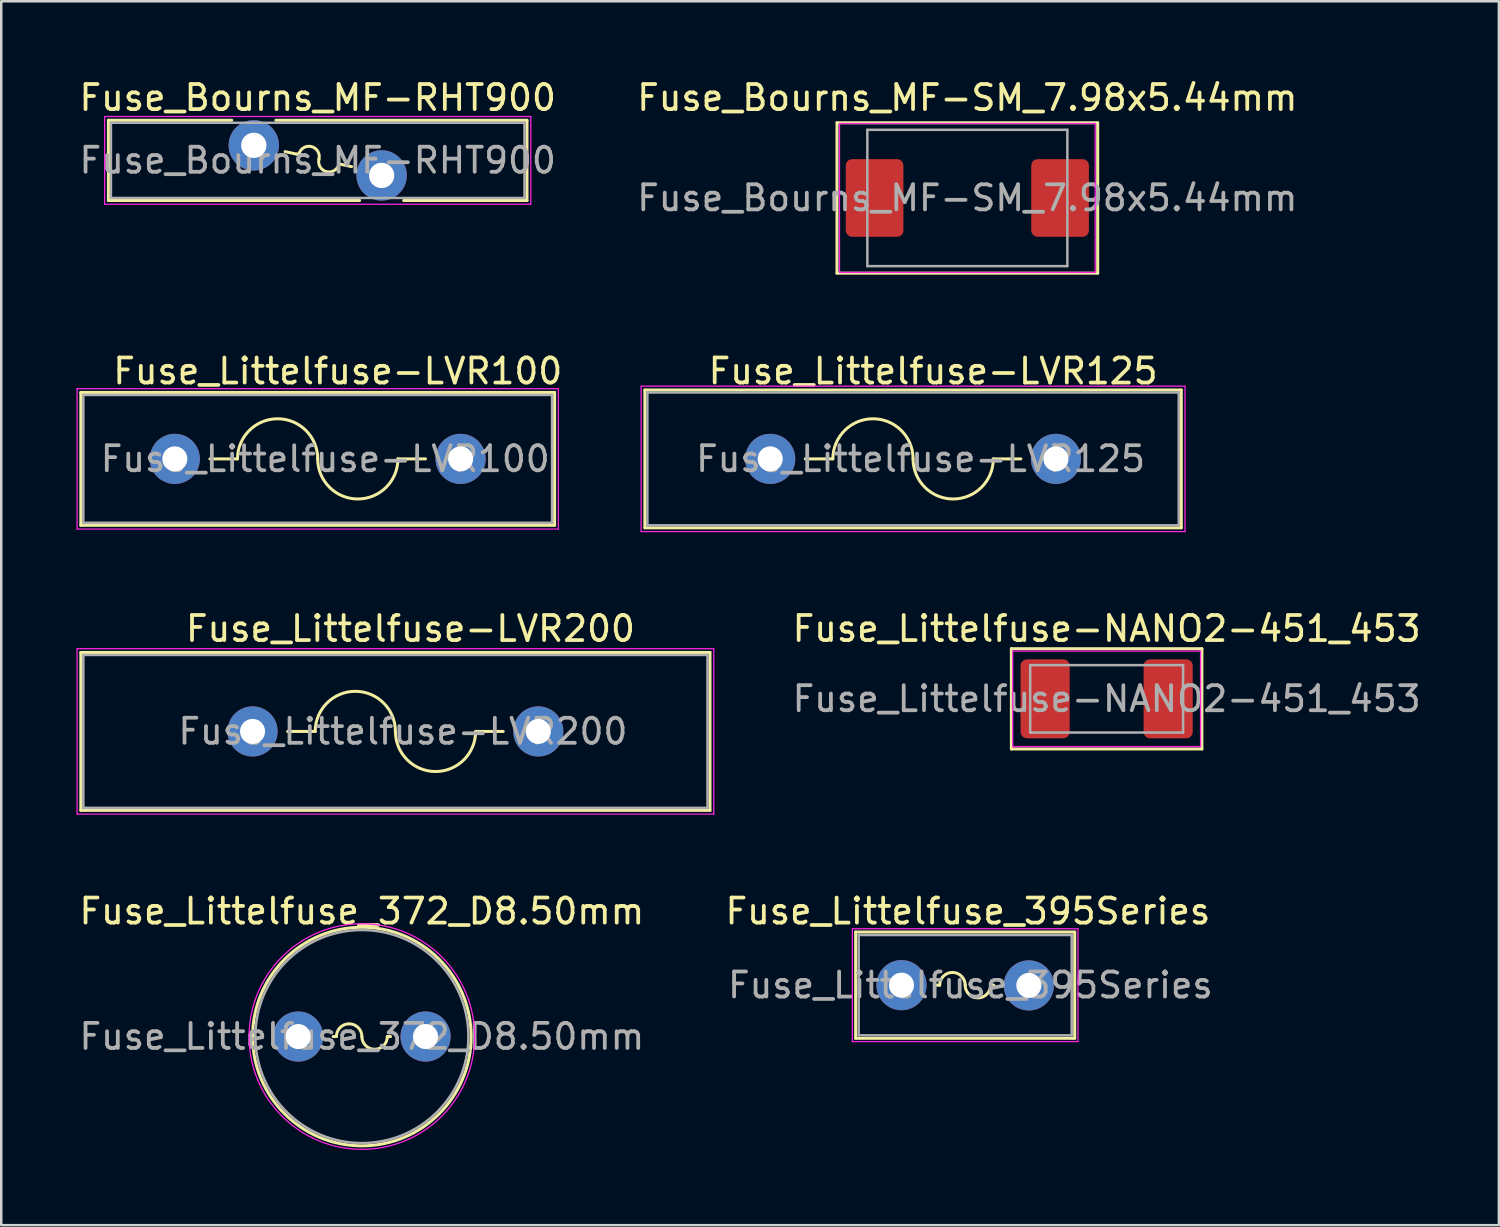
<source format=kicad_pcb>
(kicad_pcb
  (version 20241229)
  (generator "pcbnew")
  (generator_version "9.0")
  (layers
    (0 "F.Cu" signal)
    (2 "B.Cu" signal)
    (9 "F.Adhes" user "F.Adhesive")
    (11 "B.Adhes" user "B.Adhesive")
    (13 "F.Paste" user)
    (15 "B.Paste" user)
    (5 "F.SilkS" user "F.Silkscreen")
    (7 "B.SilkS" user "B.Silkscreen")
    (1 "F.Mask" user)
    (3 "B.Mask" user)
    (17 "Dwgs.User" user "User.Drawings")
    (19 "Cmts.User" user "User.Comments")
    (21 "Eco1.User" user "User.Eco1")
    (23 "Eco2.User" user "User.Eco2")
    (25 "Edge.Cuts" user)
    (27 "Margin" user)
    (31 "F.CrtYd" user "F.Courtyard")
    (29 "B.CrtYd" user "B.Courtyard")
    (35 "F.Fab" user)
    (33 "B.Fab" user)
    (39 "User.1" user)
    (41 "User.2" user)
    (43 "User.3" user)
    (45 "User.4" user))
  (footprint "Fuse_Bourns_MF-RHT900"
    (layer "F.Cu")
    (at 7.075 2.748)
    (property "Reference" "Fuse_Bourns_MF-RHT900" (at 2.55 -1.9 0) (layer "F.SilkS") (effects (font (size 1 1) (thickness 0.15))))
    (fp_line (start -5.8 -1) (end -5.8 2.2) (stroke (width 0.12) (type solid)) (layer "F.SilkS"))
    (fp_line (start -5.8 -1) (end -0.879 -1) (stroke (width 0.12) (type solid)) (layer "F.SilkS"))
    (fp_line (start -5.8 2.2) (end 4.222 2.2) (stroke (width 0.12) (type solid)) (layer "F.SilkS"))
    (fp_line (start 0.879 -1) (end 10.9 -1) (stroke (width 0.12) (type solid)) (layer "F.SilkS"))
    (fp_line (start 1.25 0.25) (end 1.7 0.35) (stroke (width 0.12) (type solid)) (layer "F.SilkS"))
    (fp_line (start 1.8 0.35) (end 1.7 0.35) (stroke (width 0.12) (type solid)) (layer "F.SilkS"))
    (fp_line (start 3.4 0.75) (end 3.45 0.75) (stroke (width 0.12) (type solid)) (layer "F.SilkS"))
    (fp_line (start 3.45 0.75) (end 3.9 0.85) (stroke (width 0.12) (type solid)) (layer "F.SilkS"))
    (fp_line (start 5.979 2.2) (end 10.9 2.2) (stroke (width 0.12) (type solid)) (layer "F.SilkS"))
    (fp_line (start 10.9 -1) (end 10.9 2.2) (stroke (width 0.12) (type solid)) (layer "F.SilkS"))
    (fp_arc (start 1.800001 0.350001) (mid 2.299999 0.050001) (end 2.599999 0.549999) (stroke (width 0.12) (type solid)) (layer "F.SilkS"))
    (fp_arc (start 3.399999 0.749999) (mid 2.900001 1.049999) (end 2.600001 0.550001) (stroke (width 0.12) (type solid)) (layer "F.SilkS"))
    (fp_line (start -5.95 -1.15) (end -5.95 2.35) (stroke (width 0.05) (type solid)) (layer "F.CrtYd"))
    (fp_line (start -5.95 2.35) (end 11.05 2.35) (stroke (width 0.05) (type solid)) (layer "F.CrtYd"))
    (fp_line (start 11.05 -1.15) (end -5.95 -1.15) (stroke (width 0.05) (type solid)) (layer "F.CrtYd"))
    (fp_line (start 11.05 2.35) (end 11.05 -1.15) (stroke (width 0.05) (type solid)) (layer "F.CrtYd"))
    (fp_line (start -5.7 -0.9) (end -5.7 2.1) (stroke (width 0.1) (type solid)) (layer "F.Fab"))
    (fp_line (start -5.7 2.1) (end 10.8 2.1) (stroke (width 0.1) (type solid)) (layer "F.Fab"))
    (fp_line (start 10.8 -0.9) (end -5.7 -0.9) (stroke (width 0.1) (type solid)) (layer "F.Fab"))
    (fp_line (start 10.8 2.1) (end 10.8 -0.9) (stroke (width 0.1) (type solid)) (layer "F.Fab"))
    (fp_text user "${REFERENCE}" (at 2.55 0.6 0) (layer "F.Fab") (effects (font (size 1 1) (thickness 0.15))))
    (pad "1" thru_hole circle (at 0 0) (size 2.01 2.01) (drill 1.01) (layers "*.Cu" "*.Mask"))
    (pad "2" thru_hole circle (at 5.1 1.2) (size 2.01 2.01) (drill 1.01) (layers "*.Cu" "*.Mask")))
  (footprint "Fuse_Littelfuse-LVR125"
    (layer "F.Cu")
    (at 27.677 15.257)
    (property "Reference" "Fuse_Littelfuse-LVR125" (at 6.5 -3.5 0) (layer "F.SilkS") (effects (font (size 1 1) (thickness 0.15))))
    (fp_line (start -5 -2.75) (end -5 2.75) (stroke (width 0.12) (type solid)) (layer "F.SilkS"))
    (fp_line (start -5 -2.75) (end 16.4 -2.75) (stroke (width 0.12) (type solid)) (layer "F.SilkS"))
    (fp_line (start 1.4 0) (end 2.5 0) (stroke (width 0.12) (type solid)) (layer "F.SilkS"))
    (fp_line (start 8.9 0) (end 10 0) (stroke (width 0.12) (type solid)) (layer "F.SilkS"))
    (fp_line (start 16.4 2.75) (end -5 2.75) (stroke (width 0.12) (type solid)) (layer "F.SilkS"))
    (fp_line (start 16.4 2.75) (end 16.4 -2.75) (stroke (width 0.12) (type solid)) (layer "F.SilkS"))
    (fp_arc (start 2.5 0) (mid 4.1 -1.6) (end 5.7 0) (stroke (width 0.12) (type solid)) (layer "F.SilkS"))
    (fp_arc (start 8.9 0) (mid 7.3 1.6) (end 5.7 0) (stroke (width 0.12) (type solid)) (layer "F.SilkS"))
    (fp_line (start -5.15 -2.9) (end -5.15 2.9) (stroke (width 0.05) (type solid)) (layer "F.CrtYd"))
    (fp_line (start -5.15 -2.9) (end 16.55 -2.9) (stroke (width 0.05) (type solid)) (layer "F.CrtYd"))
    (fp_line (start 16.55 2.9) (end -5.15 2.9) (stroke (width 0.05) (type solid)) (layer "F.CrtYd"))
    (fp_line (start 16.55 2.9) (end 16.55 -2.9) (stroke (width 0.05) (type solid)) (layer "F.CrtYd"))
    (fp_line (start -4.9 -2.65) (end -4.9 2.65) (stroke (width 0.1) (type solid)) (layer "F.Fab"))
    (fp_line (start -4.9 2.65) (end 16.3 2.65) (stroke (width 0.1) (type solid)) (layer "F.Fab"))
    (fp_line (start 16.3 -2.65) (end -4.9 -2.65) (stroke (width 0.1) (type solid)) (layer "F.Fab"))
    (fp_line (start 16.3 2.65) (end 16.3 -2.65) (stroke (width 0.1) (type solid)) (layer "F.Fab"))
    (fp_text user "${REFERENCE}" (at 6 0 0) (layer "F.Fab") (effects (font (size 1 1) (thickness 0.15))))
    (pad "1" thru_hole circle (at 0 0) (size 2 2) (drill 1) (layers "*.Cu" "*.Mask"))
    (pad "2" thru_hole circle (at 11.4 0) (size 2 2) (drill 1) (layers "*.Cu" "*.Mask")))
  (footprint "Fuse_Littelfuse_372_D8.50mm"
    (layer "F.Cu")
    (at 8.847 38.303)
    (property "Reference" "Fuse_Littelfuse_372_D8.50mm" (at 2.54 -5 0) (layer "F.SilkS") (effects (font (size 1 1) (thickness 0.15))))
    (fp_line (start 1.524 0) (end 1.397 0) (stroke (width 0.12) (type solid)) (layer "F.SilkS"))
    (fp_line (start 3.556 0) (end 3.683 0) (stroke (width 0.12) (type solid)) (layer "F.SilkS"))
    (fp_arc (start 1.524 0) (mid 2.032 -0.508) (end 2.54 0) (stroke (width 0.12) (type solid)) (layer "F.SilkS"))
    (fp_arc (start 3.556 0) (mid 3.048 0.508) (end 2.54 0) (stroke (width 0.12) (type solid)) (layer "F.SilkS"))
    (fp_circle (center 2.54 0) (end 6.9 0) (stroke (width 0.12) (type solid)) (fill no) (layer "F.SilkS"))
    (fp_circle (center 2.54 0) (end 7.04 0) (stroke (width 0.05) (type solid)) (fill no) (layer "F.CrtYd"))
    (fp_circle (center 2.54 0) (end 6.79 0) (stroke (width 0.1) (type solid)) (fill no) (layer "F.Fab"))
    (fp_text user "${REFERENCE}" (at 2.54 0 0) (layer "F.Fab") (effects (font (size 1 1) (thickness 0.15))))
    (pad "1" thru_hole circle (at 0 0) (size 2 2) (drill 1) (layers "*.Cu" "*.Mask"))
    (pad "2" thru_hole circle (at 5.08 0) (size 2 2) (drill 1) (layers "*.Cu" "*.Mask")))
  (footprint "Fuse_Littelfuse-LVR100"
    (layer "F.Cu")
    (at 3.925 15.257)
    (property "Reference" "Fuse_Littelfuse-LVR100" (at 6.5 -3.5 0) (layer "F.SilkS") (effects (font (size 1 1) (thickness 0.15))))
    (fp_line (start -3.75 -2.65) (end -3.75 2.65) (stroke (width 0.12) (type solid)) (layer "F.SilkS"))
    (fp_line (start -3.75 -2.65) (end 15.15 -2.65) (stroke (width 0.12) (type solid)) (layer "F.SilkS"))
    (fp_line (start 1.4 0) (end 2.5 0) (stroke (width 0.12) (type solid)) (layer "F.SilkS"))
    (fp_line (start 8.9 0) (end 10 0) (stroke (width 0.12) (type solid)) (layer "F.SilkS"))
    (fp_line (start 15.15 2.65) (end -3.75 2.65) (stroke (width 0.12) (type solid)) (layer "F.SilkS"))
    (fp_line (start 15.15 2.65) (end 15.15 -2.65) (stroke (width 0.12) (type solid)) (layer "F.SilkS"))
    (fp_arc (start 2.5 0) (mid 4.1 -1.6) (end 5.7 0) (stroke (width 0.12) (type solid)) (layer "F.SilkS"))
    (fp_arc (start 8.9 0) (mid 7.3 1.6) (end 5.7 0) (stroke (width 0.12) (type solid)) (layer "F.SilkS"))
    (fp_line (start -3.9 -2.8) (end -3.9 2.8) (stroke (width 0.05) (type solid)) (layer "F.CrtYd"))
    (fp_line (start -3.9 -2.8) (end 15.3 -2.8) (stroke (width 0.05) (type solid)) (layer "F.CrtYd"))
    (fp_line (start 15.3 2.8) (end -3.9 2.8) (stroke (width 0.05) (type solid)) (layer "F.CrtYd"))
    (fp_line (start 15.3 2.8) (end 15.3 -2.8) (stroke (width 0.05) (type solid)) (layer "F.CrtYd"))
    (fp_line (start -3.65 -2.55) (end -3.65 2.55) (stroke (width 0.1) (type solid)) (layer "F.Fab"))
    (fp_line (start -3.65 2.55) (end 15.05 2.55) (stroke (width 0.1) (type solid)) (layer "F.Fab"))
    (fp_line (start 15.05 -2.55) (end -3.65 -2.55) (stroke (width 0.1) (type solid)) (layer "F.Fab"))
    (fp_line (start 15.05 2.55) (end 15.05 -2.55) (stroke (width 0.1) (type solid)) (layer "F.Fab"))
    (fp_text user "${REFERENCE}" (at 6 0 0) (layer "F.Fab") (effects (font (size 1 1) (thickness 0.15))))
    (pad "1" thru_hole circle (at 0 0) (size 2 2) (drill 1) (layers "*.Cu" "*.Mask"))
    (pad "2" thru_hole circle (at 11.4 0) (size 2 2) (drill 1) (layers "*.Cu" "*.Mask")))
  (footprint "Fuse_Littelfuse_395Series"
    (layer "F.Cu")
    (at 32.915 36.253)
    (property "Reference" "Fuse_Littelfuse_395Series" (at 2.65 -2.95 0) (layer "F.SilkS") (effects (font (size 1 1) (thickness 0.15))))
    (fp_line (start -1.83 -2.12) (end -1.83 2.12) (stroke (width 0.12) (type solid)) (layer "F.SilkS"))
    (fp_line (start -1.83 -2.12) (end 6.91 -2.12) (stroke (width 0.12) (type solid)) (layer "F.SilkS"))
    (fp_line (start 1.524 0) (end 1.397 0) (stroke (width 0.12) (type solid)) (layer "F.SilkS"))
    (fp_line (start 3.556 0) (end 3.683 0) (stroke (width 0.12) (type solid)) (layer "F.SilkS"))
    (fp_line (start 6.91 2.12) (end -1.83 2.12) (stroke (width 0.12) (type solid)) (layer "F.SilkS"))
    (fp_line (start 6.91 2.12) (end 6.91 -2.12) (stroke (width 0.12) (type solid)) (layer "F.SilkS"))
    (fp_arc (start 1.524 0) (mid 2.032 -0.508) (end 2.54 0) (stroke (width 0.12) (type solid)) (layer "F.SilkS"))
    (fp_arc (start 3.556 0) (mid 3.048 0.508) (end 2.54 0) (stroke (width 0.12) (type solid)) (layer "F.SilkS"))
    (fp_line (start -1.96 -2.25) (end -1.96 2.25) (stroke (width 0.05) (type solid)) (layer "F.CrtYd"))
    (fp_line (start -1.96 -2.25) (end 7.04 -2.25) (stroke (width 0.05) (type solid)) (layer "F.CrtYd"))
    (fp_line (start 7.04 2.25) (end -1.96 2.25) (stroke (width 0.05) (type solid)) (layer "F.CrtYd"))
    (fp_line (start 7.04 2.25) (end 7.04 -2.25) (stroke (width 0.05) (type solid)) (layer "F.CrtYd"))
    (fp_line (start -1.71 -2) (end -1.71 2) (stroke (width 0.1) (type solid)) (layer "F.Fab"))
    (fp_line (start -1.71 2) (end 6.79 2) (stroke (width 0.1) (type solid)) (layer "F.Fab"))
    (fp_line (start 6.79 -2) (end -1.71 -2) (stroke (width 0.1) (type solid)) (layer "F.Fab"))
    (fp_line (start 6.79 2) (end 6.79 -2) (stroke (width 0.1) (type solid)) (layer "F.Fab"))
    (fp_text user "${REFERENCE}" (at 2.75 0 0) (layer "F.Fab") (effects (font (size 1 1) (thickness 0.15))))
    (pad "1" thru_hole circle (at 0 0) (size 2 2) (drill 1) (layers "*.Cu" "*.Mask"))
    (pad "2" thru_hole circle (at 5.08 0.01) (size 2 2) (drill 1) (layers "*.Cu" "*.Mask")))
  (footprint "Fuse_Bourns_MF-SM_7.98x5.44mm"
    (layer "F.Cu")
    (at 35.542 4.848)
    (property "Reference" "Fuse_Bourns_MF-SM_7.98x5.44mm" (at 0 -4 0) (layer "F.SilkS") (effects (font (size 1 1) (thickness 0.15))))
    (attr smd)
    (fp_line (start -5.2 -3) (end -5.2 3) (stroke (width 0.12) (type solid)) (layer "F.SilkS"))
    (fp_line (start -5.2 3) (end 5.2 3) (stroke (width 0.12) (type solid)) (layer "F.SilkS"))
    (fp_line (start 5.2 -3) (end -5.2 -3) (stroke (width 0.12) (type solid)) (layer "F.SilkS"))
    (fp_line (start 5.2 3) (end 5.2 -3) (stroke (width 0.12) (type solid)) (layer "F.SilkS"))
    (fp_line (start -5.1 -2.97) (end 5.1 -2.97) (stroke (width 0.05) (type solid)) (layer "F.CrtYd"))
    (fp_line (start -5.1 2.97) (end -5.1 -2.97) (stroke (width 0.05) (type solid)) (layer "F.CrtYd"))
    (fp_line (start 5.1 -2.97) (end 5.1 2.97) (stroke (width 0.05) (type solid)) (layer "F.CrtYd"))
    (fp_line (start 5.1 2.97) (end -5.1 2.97) (stroke (width 0.05) (type solid)) (layer "F.CrtYd"))
    (fp_line (start -3.99 -2.72) (end 3.99 -2.72) (stroke (width 0.1) (type solid)) (layer "F.Fab"))
    (fp_line (start -3.99 2.72) (end -3.99 -2.72) (stroke (width 0.1) (type solid)) (layer "F.Fab"))
    (fp_line (start 3.99 -2.72) (end 3.99 2.72) (stroke (width 0.1) (type solid)) (layer "F.Fab"))
    (fp_line (start 3.99 2.72) (end -3.99 2.72) (stroke (width 0.1) (type solid)) (layer "F.Fab"))
    (fp_text user "${REFERENCE}" (at 0 0 0) (layer "F.Fab") (effects (font (size 1 1) (thickness 0.15))))
    (pad "1" smd roundrect (at -3.7 0) (size 2.3 3.1) (layers "F.Cu" "F.Mask" "F.Paste") (roundrect_rratio 0.109))
    (pad "2" smd roundrect (at 3.7 0) (size 2.3 3.1) (layers "F.Cu" "F.Mask" "F.Paste") (roundrect_rratio 0.109)))
  (footprint "Fuse_Littelfuse-LVR200"
    (layer "F.Cu")
    (at 7.025 26.13)
    (property "Reference" "Fuse_Littelfuse-LVR200" (at 6.3 -4.1 0) (layer "F.SilkS") (effects (font (size 1 1) (thickness 0.15))))
    (fp_line (start -6.85 -3.15) (end -6.85 3.15) (stroke (width 0.12) (type solid)) (layer "F.SilkS"))
    (fp_line (start -6.85 -3.15) (end 18.25 -3.15) (stroke (width 0.12) (type solid)) (layer "F.SilkS"))
    (fp_line (start 1.4 0) (end 2.5 0) (stroke (width 0.12) (type solid)) (layer "F.SilkS"))
    (fp_line (start 8.9 0) (end 10 0) (stroke (width 0.12) (type solid)) (layer "F.SilkS"))
    (fp_line (start 18.25 3.15) (end -6.85 3.15) (stroke (width 0.12) (type solid)) (layer "F.SilkS"))
    (fp_line (start 18.25 3.15) (end 18.25 -3.15) (stroke (width 0.12) (type solid)) (layer "F.SilkS"))
    (fp_arc (start 2.5 0) (mid 4.1 -1.6) (end 5.7 0) (stroke (width 0.12) (type solid)) (layer "F.SilkS"))
    (fp_arc (start 8.9 0) (mid 7.3 1.6) (end 5.7 0) (stroke (width 0.12) (type solid)) (layer "F.SilkS"))
    (fp_line (start -7 -3.3) (end -7 3.3) (stroke (width 0.05) (type solid)) (layer "F.CrtYd"))
    (fp_line (start -7 -3.3) (end 18.4 -3.3) (stroke (width 0.05) (type solid)) (layer "F.CrtYd"))
    (fp_line (start 18.4 3.3) (end -7 3.3) (stroke (width 0.05) (type solid)) (layer "F.CrtYd"))
    (fp_line (start 18.4 3.3) (end 18.4 -3.3) (stroke (width 0.05) (type solid)) (layer "F.CrtYd"))
    (fp_line (start -6.75 -3.05) (end -6.75 3.05) (stroke (width 0.1) (type solid)) (layer "F.Fab"))
    (fp_line (start -6.75 3.05) (end 18.15 3.05) (stroke (width 0.1) (type solid)) (layer "F.Fab"))
    (fp_line (start 18.15 -3.05) (end -6.75 -3.05) (stroke (width 0.1) (type solid)) (layer "F.Fab"))
    (fp_line (start 18.15 3.05) (end 18.15 -3.05) (stroke (width 0.1) (type solid)) (layer "F.Fab"))
    (fp_text user "${REFERENCE}" (at 6 0 0) (layer "F.Fab") (effects (font (size 1 1) (thickness 0.15))))
    (pad "1" thru_hole circle (at 0 0) (size 2 2) (drill 1) (layers "*.Cu" "*.Mask"))
    (pad "2" thru_hole circle (at 11.4 0) (size 2 2) (drill 1) (layers "*.Cu" "*.Mask")))
  (footprint "Fuse_Littelfuse-NANO2-451_453"
    (layer "F.Cu")
    (at 41.099 24.83)
    (property "Reference" "Fuse_Littelfuse-NANO2-451_453" (at 0 -2.8 0) (unlocked yes) (layer "F.SilkS") (effects (font (size 1 1) (thickness 0.15))))
    (attr smd)
    (fp_line (start -3.8 -2) (end -3.8 2) (stroke (width 0.12) (type solid)) (layer "F.SilkS"))
    (fp_line (start -3.8 2) (end 3.8 2) (stroke (width 0.12) (type solid)) (layer "F.SilkS"))
    (fp_line (start 3.8 -2) (end -3.8 -2) (stroke (width 0.12) (type solid)) (layer "F.SilkS"))
    (fp_line (start 3.8 2) (end 3.8 -2) (stroke (width 0.12) (type solid)) (layer "F.SilkS"))
    (fp_line (start -3.747 -1.905) (end 3.747 -1.905) (stroke (width 0.05) (type solid)) (layer "F.CrtYd"))
    (fp_line (start -3.747 1.905) (end -3.747 -1.905) (stroke (width 0.05) (type solid)) (layer "F.CrtYd"))
    (fp_line (start 3.747 -1.905) (end 3.747 1.905) (stroke (width 0.05) (type solid)) (layer "F.CrtYd"))
    (fp_line (start 3.747 1.905) (end -3.747 1.905) (stroke (width 0.05) (type solid)) (layer "F.CrtYd"))
    (fp_line (start -3.05 -1.345) (end -3.05 1.345) (stroke (width 0.1) (type solid)) (layer "F.Fab"))
    (fp_line (start -3.05 -1.345) (end 3.05 -1.345) (stroke (width 0.1) (type solid)) (layer "F.Fab"))
    (fp_line (start -3.05 1.345) (end 3.05 1.345) (stroke (width 0.1) (type solid)) (layer "F.Fab"))
    (fp_line (start 3.05 1.345) (end 3.05 -1.345) (stroke (width 0.1) (type solid)) (layer "F.Fab"))
    (fp_text user "${REFERENCE}" (at 0 0 0) (layer "F.Fab") (effects (font (size 1 1) (thickness 0.15))))
    (pad "1" smd roundrect (at -2.455 0) (size 1.96 3.15) (layers "F.Cu" "F.Mask" "F.Paste") (roundrect_rratio 0.128))
    (pad "2" smd roundrect (at 2.455 0) (size 1.96 3.15) (layers "F.Cu" "F.Mask" "F.Paste") (roundrect_rratio 0.128)))
  (gr_rect
    (start -3 -3)
    (end 56.748 45.828)
    (stroke (width 0.1) (type default))
    (fill no)
    (layer "Edge.Cuts")))
</source>
